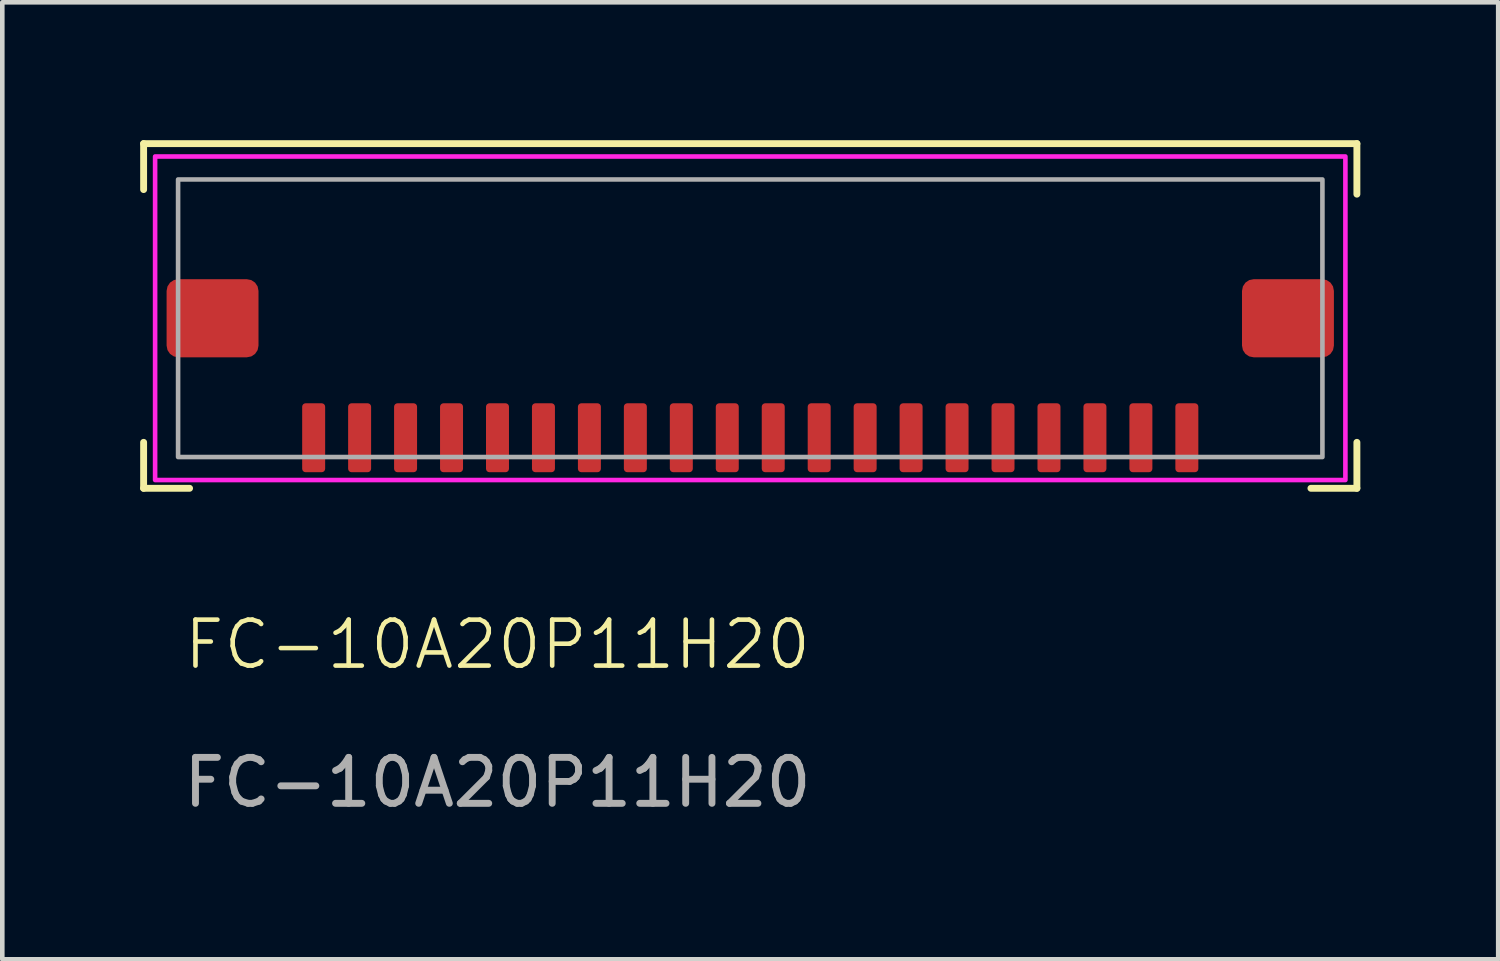
<source format=kicad_pcb>
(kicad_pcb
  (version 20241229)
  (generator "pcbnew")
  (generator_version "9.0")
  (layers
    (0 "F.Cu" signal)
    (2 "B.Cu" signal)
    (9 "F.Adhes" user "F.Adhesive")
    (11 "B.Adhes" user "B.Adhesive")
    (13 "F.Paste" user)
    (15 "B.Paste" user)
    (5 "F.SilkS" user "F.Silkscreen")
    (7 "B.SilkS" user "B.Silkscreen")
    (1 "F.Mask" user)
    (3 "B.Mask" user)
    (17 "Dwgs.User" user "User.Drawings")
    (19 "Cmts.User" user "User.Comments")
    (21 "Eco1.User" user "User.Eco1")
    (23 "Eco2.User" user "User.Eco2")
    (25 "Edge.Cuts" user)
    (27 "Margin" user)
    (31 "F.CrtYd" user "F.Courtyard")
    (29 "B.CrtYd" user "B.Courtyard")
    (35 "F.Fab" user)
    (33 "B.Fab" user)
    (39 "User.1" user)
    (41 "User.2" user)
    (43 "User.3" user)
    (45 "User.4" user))
  (footprint "FC-10A20P11H20"
    (layer "F.Cu")
    (at 7.775 11.475)
    (property "Reference" "FC-10A20P11H20" (at 0 -0.5 0) (unlocked yes) (layer "F.SilkS") (effects (font (size 1 1) (thickness 0.1))))
    (attr smd)
    (fp_line (start -7.7 -11.4) (end -7.7 -10.4) (stroke (width 0.15) (type default)) (layer "F.SilkS"))
    (fp_line (start -7.7 -11.4) (end 18.7 -11.4) (stroke (width 0.15) (type default)) (layer "F.SilkS"))
    (fp_line (start -7.7 -3.9) (end -7.7 -4.9) (stroke (width 0.15) (type default)) (layer "F.SilkS"))
    (fp_line (start -7.7 -3.9) (end -6.7 -3.9) (stroke (width 0.15) (type default)) (layer "F.SilkS"))
    (fp_line (start 18.7 -11.4) (end 18.7 -10.3) (stroke (width 0.15) (type default)) (layer "F.SilkS"))
    (fp_line (start 18.7 -3.9) (end 17.7 -3.9) (stroke (width 0.15) (type default)) (layer "F.SilkS"))
    (fp_line (start 18.7 -3.9) (end 18.7 -4.9) (stroke (width 0.15) (type default)) (layer "F.SilkS"))
    (fp_rect (start -7.45 -11.12) (end 18.45 -4.08) (stroke (width 0.1) (type solid)) (fill no) (layer "F.CrtYd"))
    (fp_rect (start -6.95 -10.62) (end 17.95 -4.58) (stroke (width 0.1) (type solid)) (fill no) (layer "F.Fab"))
    (fp_text user "${REFERENCE}" (at 0 2.5 0) (unlocked yes) (layer "F.Fab") (effects (font (size 1 1) (thickness 0.15))))
    (pad "1" smd roundrect (at -4 -5 90) (size 1.5 0.5) (layers "F.Cu" "F.Mask" "F.Paste") (roundrect_rratio 0.15))
    (pad "2" smd roundrect (at -3 -5 90) (size 1.5 0.5) (layers "F.Cu" "F.Mask" "F.Paste") (roundrect_rratio 0.15))
    (pad "3" smd roundrect (at -2 -5 90) (size 1.5 0.5) (layers "F.Cu" "F.Mask" "F.Paste") (roundrect_rratio 0.15))
    (pad "4" smd roundrect (at -1 -5 90) (size 1.5 0.5) (layers "F.Cu" "F.Mask" "F.Paste") (roundrect_rratio 0.15))
    (pad "5" smd roundrect (at 0 -5 90) (size 1.5 0.5) (layers "F.Cu" "F.Mask" "F.Paste") (roundrect_rratio 0.15))
    (pad "6" smd roundrect (at 1 -5 90) (size 1.5 0.5) (layers "F.Cu" "F.Mask" "F.Paste") (roundrect_rratio 0.15))
    (pad "7" smd roundrect (at 2 -5 90) (size 1.5 0.5) (layers "F.Cu" "F.Mask" "F.Paste") (roundrect_rratio 0.15))
    (pad "8" smd roundrect (at 3 -5 90) (size 1.5 0.5) (layers "F.Cu" "F.Mask" "F.Paste") (roundrect_rratio 0.15))
    (pad "9" smd roundrect (at 4 -5 90) (size 1.5 0.5) (layers "F.Cu" "F.Mask" "F.Paste") (roundrect_rratio 0.15))
    (pad "10" smd roundrect (at 5 -5 90) (size 1.5 0.5) (layers "F.Cu" "F.Mask" "F.Paste") (roundrect_rratio 0.15))
    (pad "11" smd roundrect (at 6 -5 90) (size 1.5 0.5) (layers "F.Cu" "F.Mask" "F.Paste") (roundrect_rratio 0.15))
    (pad "12" smd roundrect (at 7 -5 90) (size 1.5 0.5) (layers "F.Cu" "F.Mask" "F.Paste") (roundrect_rratio 0.15))
    (pad "13" smd roundrect (at 8 -5 90) (size 1.5 0.5) (layers "F.Cu" "F.Mask" "F.Paste") (roundrect_rratio 0.15))
    (pad "14" smd roundrect (at 9 -5 90) (size 1.5 0.5) (layers "F.Cu" "F.Mask" "F.Paste") (roundrect_rratio 0.15))
    (pad "15" smd roundrect (at 10 -5 90) (size 1.5 0.5) (layers "F.Cu" "F.Mask" "F.Paste") (roundrect_rratio 0.15))
    (pad "16" smd roundrect (at 11 -5 90) (size 1.5 0.5) (layers "F.Cu" "F.Mask" "F.Paste") (roundrect_rratio 0.15))
    (pad "17" smd roundrect (at 12 -5 90) (size 1.5 0.5) (layers "F.Cu" "F.Mask" "F.Paste") (roundrect_rratio 0.15))
    (pad "18" smd roundrect (at 13 -5 90) (size 1.5 0.5) (layers "F.Cu" "F.Mask" "F.Paste") (roundrect_rratio 0.15))
    (pad "19" smd roundrect (at 14 -5 90) (size 1.5 0.5) (layers "F.Cu" "F.Mask" "F.Paste") (roundrect_rratio 0.15))
    (pad "20" smd roundrect (at 15 -5 90) (size 1.5 0.5) (layers "F.Cu" "F.Mask" "F.Paste") (roundrect_rratio 0.15))
    (pad "21" smd roundrect (at -6.2 -7.6 90) (size 1.7 2) (layers "F.Cu" "F.Mask" "F.Paste") (roundrect_rratio 0.15))
    (pad "22" smd roundrect (at 17.2 -7.6 90) (size 1.7 2) (layers "F.Cu" "F.Mask" "F.Paste") (roundrect_rratio 0.15)))
  (gr_rect
    (start -3 -3)
    (end 29.55 17.823)
    (stroke (width 0.1) (type default))
    (fill no)
    (layer "Edge.Cuts")))
</source>
